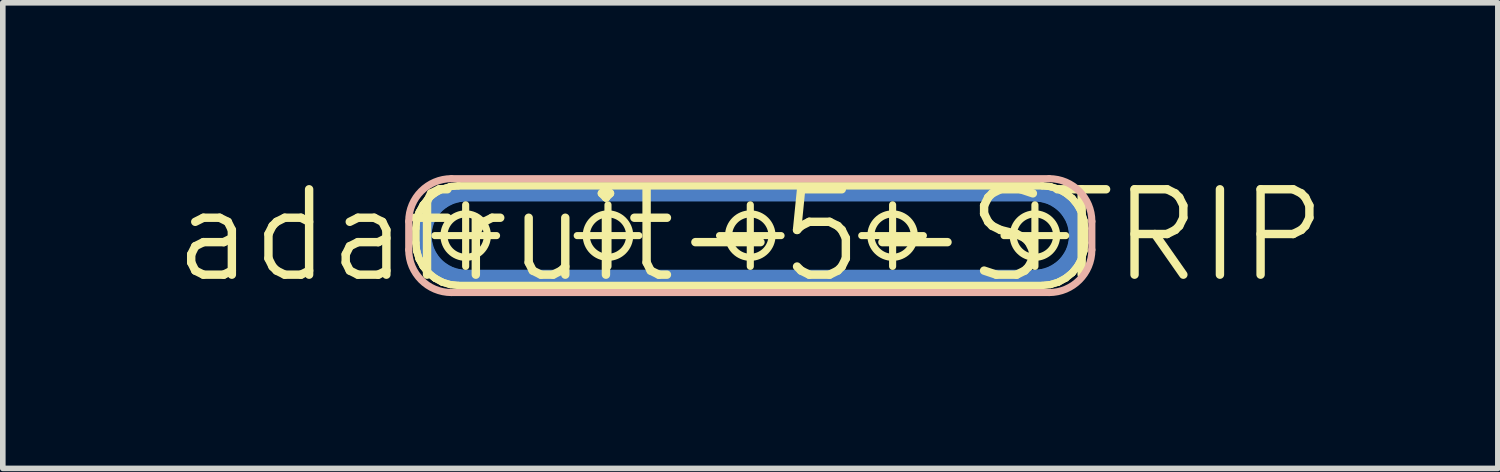
<source format=kicad_pcb>
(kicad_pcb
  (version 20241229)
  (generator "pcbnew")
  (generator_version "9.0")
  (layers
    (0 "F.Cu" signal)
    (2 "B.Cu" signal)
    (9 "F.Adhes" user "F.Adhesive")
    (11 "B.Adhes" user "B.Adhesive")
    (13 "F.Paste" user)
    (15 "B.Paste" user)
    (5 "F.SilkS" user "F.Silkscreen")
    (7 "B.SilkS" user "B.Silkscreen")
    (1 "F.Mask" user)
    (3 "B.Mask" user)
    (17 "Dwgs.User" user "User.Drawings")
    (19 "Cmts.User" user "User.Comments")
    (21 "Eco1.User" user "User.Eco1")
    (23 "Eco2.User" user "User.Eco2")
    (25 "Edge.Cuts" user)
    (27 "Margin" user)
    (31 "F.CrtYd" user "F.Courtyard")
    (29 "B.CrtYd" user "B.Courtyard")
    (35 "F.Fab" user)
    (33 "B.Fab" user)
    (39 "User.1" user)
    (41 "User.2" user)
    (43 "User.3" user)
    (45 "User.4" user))
  (footprint "adafruit-5-STRIP"
    (layer "F.Cu")
    (at 10.341 1.155)
    (property "Reference" "adafruit-5-STRIP" (at 0 0 0) (layer "F.SilkS") (effects (font (size 1.524 1.524) (thickness 0.15))))
    (attr exclude_from_pos_files exclude_from_bom)
    (fp_line (start -5.842 0) (end -5.827 -0.147) (stroke (width 0.305) (type solid)) (layer "B.Cu"))
    (fp_line (start -5.827 -0.147) (end -5.784 -0.29) (stroke (width 0.305) (type solid)) (layer "B.Cu"))
    (fp_line (start -5.827 0.147) (end -5.842 0) (stroke (width 0.305) (type solid)) (layer "B.Cu"))
    (fp_line (start -5.784 -0.29) (end -5.712 -0.422) (stroke (width 0.305) (type solid)) (layer "B.Cu"))
    (fp_line (start -5.784 0.29) (end -5.827 0.147) (stroke (width 0.305) (type solid)) (layer "B.Cu"))
    (fp_line (start -5.712 -0.422) (end -5.618 -0.538) (stroke (width 0.305) (type solid)) (layer "B.Cu"))
    (fp_line (start -5.712 0.422) (end -5.784 0.29) (stroke (width 0.305) (type solid)) (layer "B.Cu"))
    (fp_line (start -5.618 -0.538) (end -5.502 -0.632) (stroke (width 0.305) (type solid)) (layer "B.Cu"))
    (fp_line (start -5.618 0.538) (end -5.712 0.422) (stroke (width 0.305) (type solid)) (layer "B.Cu"))
    (fp_line (start -5.502 -0.632) (end -5.37 -0.704) (stroke (width 0.305) (type solid)) (layer "B.Cu"))
    (fp_line (start -5.502 0.632) (end -5.618 0.538) (stroke (width 0.305) (type solid)) (layer "B.Cu"))
    (fp_line (start -5.37 -0.704) (end -5.227 -0.747) (stroke (width 0.305) (type solid)) (layer "B.Cu"))
    (fp_line (start -5.37 0.704) (end -5.502 0.632) (stroke (width 0.305) (type solid)) (layer "B.Cu"))
    (fp_line (start -5.227 -0.747) (end -5.08 -0.762) (stroke (width 0.305) (type solid)) (layer "B.Cu"))
    (fp_line (start -5.227 0.747) (end -5.37 0.704) (stroke (width 0.305) (type solid)) (layer "B.Cu"))
    (fp_line (start -5.08 -0.762) (end 5.08 -0.762) (stroke (width 0.305) (type solid)) (layer "B.Cu"))
    (fp_line (start -5.08 0.762) (end -5.227 0.747) (stroke (width 0.305) (type solid)) (layer "B.Cu"))
    (fp_line (start 5.08 -0.762) (end 5.227 -0.747) (stroke (width 0.305) (type solid)) (layer "B.Cu"))
    (fp_line (start 5.08 0.762) (end -5.08 0.762) (stroke (width 0.305) (type solid)) (layer "B.Cu"))
    (fp_line (start 5.227 -0.747) (end 5.37 -0.704) (stroke (width 0.305) (type solid)) (layer "B.Cu"))
    (fp_line (start 5.227 0.747) (end 5.08 0.762) (stroke (width 0.305) (type solid)) (layer "B.Cu"))
    (fp_line (start 5.37 -0.704) (end 5.502 -0.632) (stroke (width 0.305) (type solid)) (layer "B.Cu"))
    (fp_line (start 5.37 0.704) (end 5.227 0.747) (stroke (width 0.305) (type solid)) (layer "B.Cu"))
    (fp_line (start 5.502 -0.632) (end 5.618 -0.538) (stroke (width 0.305) (type solid)) (layer "B.Cu"))
    (fp_line (start 5.502 0.632) (end 5.37 0.704) (stroke (width 0.305) (type solid)) (layer "B.Cu"))
    (fp_line (start 5.618 -0.538) (end 5.712 -0.422) (stroke (width 0.305) (type solid)) (layer "B.Cu"))
    (fp_line (start 5.618 0.538) (end 5.502 0.632) (stroke (width 0.305) (type solid)) (layer "B.Cu"))
    (fp_line (start 5.712 -0.422) (end 5.784 -0.29) (stroke (width 0.305) (type solid)) (layer "B.Cu"))
    (fp_line (start 5.712 0.422) (end 5.618 0.538) (stroke (width 0.305) (type solid)) (layer "B.Cu"))
    (fp_line (start 5.784 -0.29) (end 5.827 -0.147) (stroke (width 0.305) (type solid)) (layer "B.Cu"))
    (fp_line (start 5.784 0.29) (end 5.712 0.422) (stroke (width 0.305) (type solid)) (layer "B.Cu"))
    (fp_line (start 5.827 -0.147) (end 5.842 0) (stroke (width 0.305) (type solid)) (layer "B.Cu"))
    (fp_line (start 5.827 0.147) (end 5.784 0.29) (stroke (width 0.305) (type solid)) (layer "B.Cu"))
    (fp_line (start 5.842 0) (end 5.827 0.147) (stroke (width 0.305) (type solid)) (layer "B.Cu"))
    (fp_line (start -5.969 -0.127) (end -5.969 0.127) (stroke (width 0.127) (type solid)) (layer "F.SilkS"))
    (fp_line (start -5.969 -0.127) (end -5.954 -0.274) (stroke (width 0.127) (type solid)) (layer "F.SilkS"))
    (fp_line (start -5.969 0.127) (end -5.969 -0.127) (stroke (width 0.127) (type solid)) (layer "F.SilkS"))
    (fp_line (start -5.969 0.127) (end -5.954 0.274) (stroke (width 0.127) (type solid)) (layer "F.SilkS"))
    (fp_line (start -5.954 -0.274) (end -5.969 -0.127) (stroke (width 0.127) (type solid)) (layer "F.SilkS"))
    (fp_line (start -5.954 -0.274) (end -5.911 -0.417) (stroke (width 0.127) (type solid)) (layer "F.SilkS"))
    (fp_line (start -5.954 0.274) (end -5.969 0.127) (stroke (width 0.127) (type solid)) (layer "F.SilkS"))
    (fp_line (start -5.954 0.274) (end -5.911 0.417) (stroke (width 0.127) (type solid)) (layer "F.SilkS"))
    (fp_line (start -5.911 -0.417) (end -5.954 -0.274) (stroke (width 0.127) (type solid)) (layer "F.SilkS"))
    (fp_line (start -5.911 -0.417) (end -5.839 -0.549) (stroke (width 0.127) (type solid)) (layer "F.SilkS"))
    (fp_line (start -5.911 0.417) (end -5.954 0.274) (stroke (width 0.127) (type solid)) (layer "F.SilkS"))
    (fp_line (start -5.911 0.417) (end -5.839 0.549) (stroke (width 0.127) (type solid)) (layer "F.SilkS"))
    (fp_line (start -5.839 -0.549) (end -5.911 -0.417) (stroke (width 0.127) (type solid)) (layer "F.SilkS"))
    (fp_line (start -5.839 -0.549) (end -5.745 -0.665) (stroke (width 0.127) (type solid)) (layer "F.SilkS"))
    (fp_line (start -5.839 0.549) (end -5.911 0.417) (stroke (width 0.127) (type solid)) (layer "F.SilkS"))
    (fp_line (start -5.839 0.549) (end -5.745 0.665) (stroke (width 0.127) (type solid)) (layer "F.SilkS"))
    (fp_line (start -5.745 -0.665) (end -5.839 -0.549) (stroke (width 0.127) (type solid)) (layer "F.SilkS"))
    (fp_line (start -5.745 -0.665) (end -5.629 -0.759) (stroke (width 0.127) (type solid)) (layer "F.SilkS"))
    (fp_line (start -5.745 0.665) (end -5.839 0.549) (stroke (width 0.127) (type solid)) (layer "F.SilkS"))
    (fp_line (start -5.745 0.665) (end -5.629 0.759) (stroke (width 0.127) (type solid)) (layer "F.SilkS"))
    (fp_line (start -5.629 -0.759) (end -5.745 -0.665) (stroke (width 0.127) (type solid)) (layer "F.SilkS"))
    (fp_line (start -5.629 -0.759) (end -5.497 -0.831) (stroke (width 0.127) (type solid)) (layer "F.SilkS"))
    (fp_line (start -5.629 0) (end -4.529 0) (stroke (width 0.127) (type solid)) (layer "F.SilkS"))
    (fp_line (start -5.629 0.759) (end -5.745 0.665) (stroke (width 0.127) (type solid)) (layer "F.SilkS"))
    (fp_line (start -5.629 0.759) (end -5.497 0.831) (stroke (width 0.127) (type solid)) (layer "F.SilkS"))
    (fp_line (start -5.497 -0.831) (end -5.629 -0.759) (stroke (width 0.127) (type solid)) (layer "F.SilkS"))
    (fp_line (start -5.497 -0.831) (end -5.354 -0.874) (stroke (width 0.127) (type solid)) (layer "F.SilkS"))
    (fp_line (start -5.497 0.831) (end -5.629 0.759) (stroke (width 0.127) (type solid)) (layer "F.SilkS"))
    (fp_line (start -5.497 0.831) (end -5.354 0.874) (stroke (width 0.127) (type solid)) (layer "F.SilkS"))
    (fp_line (start -5.354 -0.874) (end -5.497 -0.831) (stroke (width 0.127) (type solid)) (layer "F.SilkS"))
    (fp_line (start -5.354 -0.874) (end -5.207 -0.889) (stroke (width 0.127) (type solid)) (layer "F.SilkS"))
    (fp_line (start -5.354 0.874) (end -5.497 0.831) (stroke (width 0.127) (type solid)) (layer "F.SilkS"))
    (fp_line (start -5.354 0.874) (end -5.207 0.889) (stroke (width 0.127) (type solid)) (layer "F.SilkS"))
    (fp_line (start -5.207 -0.889) (end -5.354 -0.874) (stroke (width 0.127) (type solid)) (layer "F.SilkS"))
    (fp_line (start -5.207 -0.889) (end 5.207 -0.889) (stroke (width 0.127) (type solid)) (layer "F.SilkS"))
    (fp_line (start -5.207 0.889) (end -5.354 0.874) (stroke (width 0.127) (type solid)) (layer "F.SilkS"))
    (fp_line (start -5.207 0.889) (end 5.207 0.889) (stroke (width 0.127) (type solid)) (layer "F.SilkS"))
    (fp_line (start -5.08 0.549) (end -5.08 -0.549) (stroke (width 0.127) (type solid)) (layer "F.SilkS"))
    (fp_line (start -3.089 0) (end -1.989 0) (stroke (width 0.127) (type solid)) (layer "F.SilkS"))
    (fp_line (start -2.54 0.549) (end -2.54 -0.549) (stroke (width 0.127) (type solid)) (layer "F.SilkS"))
    (fp_line (start -0.549 0) (end 0.549 0) (stroke (width 0.127) (type solid)) (layer "F.SilkS"))
    (fp_line (start 0 0.549) (end 0 -0.549) (stroke (width 0.127) (type solid)) (layer "F.SilkS"))
    (fp_line (start 1.989 0) (end 3.089 0) (stroke (width 0.127) (type solid)) (layer "F.SilkS"))
    (fp_line (start 2.54 0.549) (end 2.54 -0.549) (stroke (width 0.127) (type solid)) (layer "F.SilkS"))
    (fp_line (start 4.529 0) (end 5.629 0) (stroke (width 0.127) (type solid)) (layer "F.SilkS"))
    (fp_line (start 5.08 0.549) (end 5.08 -0.549) (stroke (width 0.127) (type solid)) (layer "F.SilkS"))
    (fp_line (start 5.207 -0.889) (end -5.207 -0.889) (stroke (width 0.127) (type solid)) (layer "F.SilkS"))
    (fp_line (start 5.207 -0.889) (end 5.354 -0.874) (stroke (width 0.127) (type solid)) (layer "F.SilkS"))
    (fp_line (start 5.207 0.889) (end -5.207 0.889) (stroke (width 0.127) (type solid)) (layer "F.SilkS"))
    (fp_line (start 5.207 0.889) (end 5.354 0.874) (stroke (width 0.127) (type solid)) (layer "F.SilkS"))
    (fp_line (start 5.354 -0.874) (end 5.207 -0.889) (stroke (width 0.127) (type solid)) (layer "F.SilkS"))
    (fp_line (start 5.354 -0.874) (end 5.497 -0.831) (stroke (width 0.127) (type solid)) (layer "F.SilkS"))
    (fp_line (start 5.354 0.874) (end 5.207 0.889) (stroke (width 0.127) (type solid)) (layer "F.SilkS"))
    (fp_line (start 5.354 0.874) (end 5.497 0.831) (stroke (width 0.127) (type solid)) (layer "F.SilkS"))
    (fp_line (start 5.497 -0.831) (end 5.354 -0.874) (stroke (width 0.127) (type solid)) (layer "F.SilkS"))
    (fp_line (start 5.497 -0.831) (end 5.629 -0.759) (stroke (width 0.127) (type solid)) (layer "F.SilkS"))
    (fp_line (start 5.497 0.831) (end 5.354 0.874) (stroke (width 0.127) (type solid)) (layer "F.SilkS"))
    (fp_line (start 5.497 0.831) (end 5.629 0.759) (stroke (width 0.127) (type solid)) (layer "F.SilkS"))
    (fp_line (start 5.629 -0.759) (end 5.497 -0.831) (stroke (width 0.127) (type solid)) (layer "F.SilkS"))
    (fp_line (start 5.629 -0.759) (end 5.745 -0.665) (stroke (width 0.127) (type solid)) (layer "F.SilkS"))
    (fp_line (start 5.629 0.759) (end 5.497 0.831) (stroke (width 0.127) (type solid)) (layer "F.SilkS"))
    (fp_line (start 5.629 0.759) (end 5.745 0.665) (stroke (width 0.127) (type solid)) (layer "F.SilkS"))
    (fp_line (start 5.745 -0.665) (end 5.629 -0.759) (stroke (width 0.127) (type solid)) (layer "F.SilkS"))
    (fp_line (start 5.745 -0.665) (end 5.839 -0.549) (stroke (width 0.127) (type solid)) (layer "F.SilkS"))
    (fp_line (start 5.745 0.665) (end 5.629 0.759) (stroke (width 0.127) (type solid)) (layer "F.SilkS"))
    (fp_line (start 5.745 0.665) (end 5.839 0.549) (stroke (width 0.127) (type solid)) (layer "F.SilkS"))
    (fp_line (start 5.839 -0.549) (end 5.745 -0.665) (stroke (width 0.127) (type solid)) (layer "F.SilkS"))
    (fp_line (start 5.839 -0.549) (end 5.911 -0.417) (stroke (width 0.127) (type solid)) (layer "F.SilkS"))
    (fp_line (start 5.839 0.549) (end 5.745 0.665) (stroke (width 0.127) (type solid)) (layer "F.SilkS"))
    (fp_line (start 5.839 0.549) (end 5.911 0.417) (stroke (width 0.127) (type solid)) (layer "F.SilkS"))
    (fp_line (start 5.911 -0.417) (end 5.839 -0.549) (stroke (width 0.127) (type solid)) (layer "F.SilkS"))
    (fp_line (start 5.911 -0.417) (end 5.954 -0.274) (stroke (width 0.127) (type solid)) (layer "F.SilkS"))
    (fp_line (start 5.911 0.417) (end 5.839 0.549) (stroke (width 0.127) (type solid)) (layer "F.SilkS"))
    (fp_line (start 5.911 0.417) (end 5.954 0.274) (stroke (width 0.127) (type solid)) (layer "F.SilkS"))
    (fp_line (start 5.954 -0.274) (end 5.911 -0.417) (stroke (width 0.127) (type solid)) (layer "F.SilkS"))
    (fp_line (start 5.954 -0.274) (end 5.969 -0.127) (stroke (width 0.127) (type solid)) (layer "F.SilkS"))
    (fp_line (start 5.954 0.274) (end 5.911 0.417) (stroke (width 0.127) (type solid)) (layer "F.SilkS"))
    (fp_line (start 5.954 0.274) (end 5.969 0.127) (stroke (width 0.127) (type solid)) (layer "F.SilkS"))
    (fp_line (start 5.969 -0.127) (end 5.954 -0.274) (stroke (width 0.127) (type solid)) (layer "F.SilkS"))
    (fp_line (start 5.969 -0.127) (end 5.969 0.127) (stroke (width 0.127) (type solid)) (layer "F.SilkS"))
    (fp_line (start 5.969 0.127) (end 5.954 0.274) (stroke (width 0.127) (type solid)) (layer "F.SilkS"))
    (fp_line (start 5.969 0.127) (end 5.969 -0.127) (stroke (width 0.127) (type solid)) (layer "F.SilkS"))
    (fp_circle (center -5.08 0) (end -5.354 0.274) (stroke (width 0.127) (type solid)) (fill no) (layer "F.SilkS"))
    (fp_circle (center -2.54 0) (end -2.814 0.274) (stroke (width 0.127) (type solid)) (fill no) (layer "F.SilkS"))
    (fp_circle (center 0 0) (end -0.274 0.274) (stroke (width 0.127) (type solid)) (fill no) (layer "F.SilkS"))
    (fp_circle (center 2.54 0) (end 2.814 0.274) (stroke (width 0.127) (type solid)) (fill no) (layer "F.SilkS"))
    (fp_circle (center 5.08 0) (end 5.354 0.274) (stroke (width 0.127) (type solid)) (fill no) (layer "F.SilkS"))
    (fp_line (start -6.096 0.254) (end -6.096 -0.254) (stroke (width 0.127) (type solid)) (layer "B.SilkS"))
    (fp_line (start -5.334 -1.016) (end 5.334 -1.016) (stroke (width 0.127) (type solid)) (layer "B.SilkS"))
    (fp_line (start 5.334 1.016) (end -5.334 1.016) (stroke (width 0.127) (type solid)) (layer "B.SilkS"))
    (fp_line (start 6.096 -0.254) (end 6.096 0.254) (stroke (width 0.127) (type solid)) (layer "B.SilkS"))
    (fp_arc (start -6.096 -0.254) (mid -5.872815 -0.792815) (end -5.334 -1.016) (stroke (width 0.127) (type solid)) (layer "B.SilkS"))
    (fp_arc (start -5.334 1.016) (mid -5.872815 0.792815) (end -6.096 0.254) (stroke (width 0.127) (type solid)) (layer "B.SilkS"))
    (fp_arc (start 5.334 -1.016) (mid 5.872815 -0.792815) (end 6.096 -0.254) (stroke (width 0.127) (type solid)) (layer "B.SilkS"))
    (fp_arc (start 6.096 0.254) (mid 5.872815 0.792815) (end 5.334 1.016) (stroke (width 0.127) (type solid)) (layer "B.SilkS"))
    (fp_line (start -5.842 0) (end -5.827 0.147) (stroke (width 0.305) (type solid)) (layer "B.Adhes"))
    (fp_line (start -5.827 -0.147) (end -5.842 0) (stroke (width 0.305) (type solid)) (layer "B.Adhes"))
    (fp_line (start -5.827 0.147) (end -5.784 0.29) (stroke (width 0.305) (type solid)) (layer "B.Adhes"))
    (fp_line (start -5.784 -0.29) (end -5.827 -0.147) (stroke (width 0.305) (type solid)) (layer "B.Adhes"))
    (fp_line (start -5.784 0.29) (end -5.712 0.422) (stroke (width 0.305) (type solid)) (layer "B.Adhes"))
    (fp_line (start -5.712 -0.422) (end -5.784 -0.29) (stroke (width 0.305) (type solid)) (layer "B.Adhes"))
    (fp_line (start -5.712 0.422) (end -5.618 0.538) (stroke (width 0.305) (type solid)) (layer "B.Adhes"))
    (fp_line (start -5.618 -0.538) (end -5.712 -0.422) (stroke (width 0.305) (type solid)) (layer "B.Adhes"))
    (fp_line (start -5.618 0.538) (end -5.502 0.632) (stroke (width 0.305) (type solid)) (layer "B.Adhes"))
    (fp_line (start -5.502 -0.632) (end -5.618 -0.538) (stroke (width 0.305) (type solid)) (layer "B.Adhes"))
    (fp_line (start -5.502 0.632) (end -5.37 0.704) (stroke (width 0.305) (type solid)) (layer "B.Adhes"))
    (fp_line (start -5.37 -0.704) (end -5.502 -0.632) (stroke (width 0.305) (type solid)) (layer "B.Adhes"))
    (fp_line (start -5.37 0.704) (end -5.227 0.747) (stroke (width 0.305) (type solid)) (layer "B.Adhes"))
    (fp_line (start -5.227 -0.747) (end -5.37 -0.704) (stroke (width 0.305) (type solid)) (layer "B.Adhes"))
    (fp_line (start -5.227 0.747) (end -5.08 0.762) (stroke (width 0.305) (type solid)) (layer "B.Adhes"))
    (fp_line (start -5.08 -0.762) (end -5.227 -0.747) (stroke (width 0.305) (type solid)) (layer "B.Adhes"))
    (fp_line (start -5.08 0.762) (end 5.08 0.762) (stroke (width 0.305) (type solid)) (layer "B.Adhes"))
    (fp_line (start 5.08 -0.762) (end -5.08 -0.762) (stroke (width 0.305) (type solid)) (layer "B.Adhes"))
    (fp_line (start 5.08 0.762) (end 5.227 0.747) (stroke (width 0.305) (type solid)) (layer "B.Adhes"))
    (fp_line (start 5.227 -0.747) (end 5.08 -0.762) (stroke (width 0.305) (type solid)) (layer "B.Adhes"))
    (fp_line (start 5.227 0.747) (end 5.37 0.704) (stroke (width 0.305) (type solid)) (layer "B.Adhes"))
    (fp_line (start 5.37 -0.704) (end 5.227 -0.747) (stroke (width 0.305) (type solid)) (layer "B.Adhes"))
    (fp_line (start 5.37 0.704) (end 5.502 0.632) (stroke (width 0.305) (type solid)) (layer "B.Adhes"))
    (fp_line (start 5.502 -0.632) (end 5.37 -0.704) (stroke (width 0.305) (type solid)) (layer "B.Adhes"))
    (fp_line (start 5.502 0.632) (end 5.618 0.538) (stroke (width 0.305) (type solid)) (layer "B.Adhes"))
    (fp_line (start 5.618 -0.538) (end 5.502 -0.632) (stroke (width 0.305) (type solid)) (layer "B.Adhes"))
    (fp_line (start 5.618 0.538) (end 5.712 0.422) (stroke (width 0.305) (type solid)) (layer "B.Adhes"))
    (fp_line (start 5.712 -0.422) (end 5.618 -0.538) (stroke (width 0.305) (type solid)) (layer "B.Adhes"))
    (fp_line (start 5.712 0.422) (end 5.784 0.29) (stroke (width 0.305) (type solid)) (layer "B.Adhes"))
    (fp_line (start 5.784 -0.29) (end 5.712 -0.422) (stroke (width 0.305) (type solid)) (layer "B.Adhes"))
    (fp_line (start 5.784 0.29) (end 5.827 0.147) (stroke (width 0.305) (type solid)) (layer "B.Adhes"))
    (fp_line (start 5.827 -0.147) (end 5.784 -0.29) (stroke (width 0.305) (type solid)) (layer "B.Adhes"))
    (fp_line (start 5.827 0.147) (end 5.842 0) (stroke (width 0.305) (type solid)) (layer "B.Adhes"))
    (fp_line (start 5.842 0) (end 5.827 -0.147) (stroke (width 0.305) (type solid)) (layer "B.Adhes")))
  (gr_rect
    (start -3 -3)
    (end 23.683 5.31)
    (stroke (width 0.1) (type default))
    (fill no)
    (layer "Edge.Cuts")))
</source>
